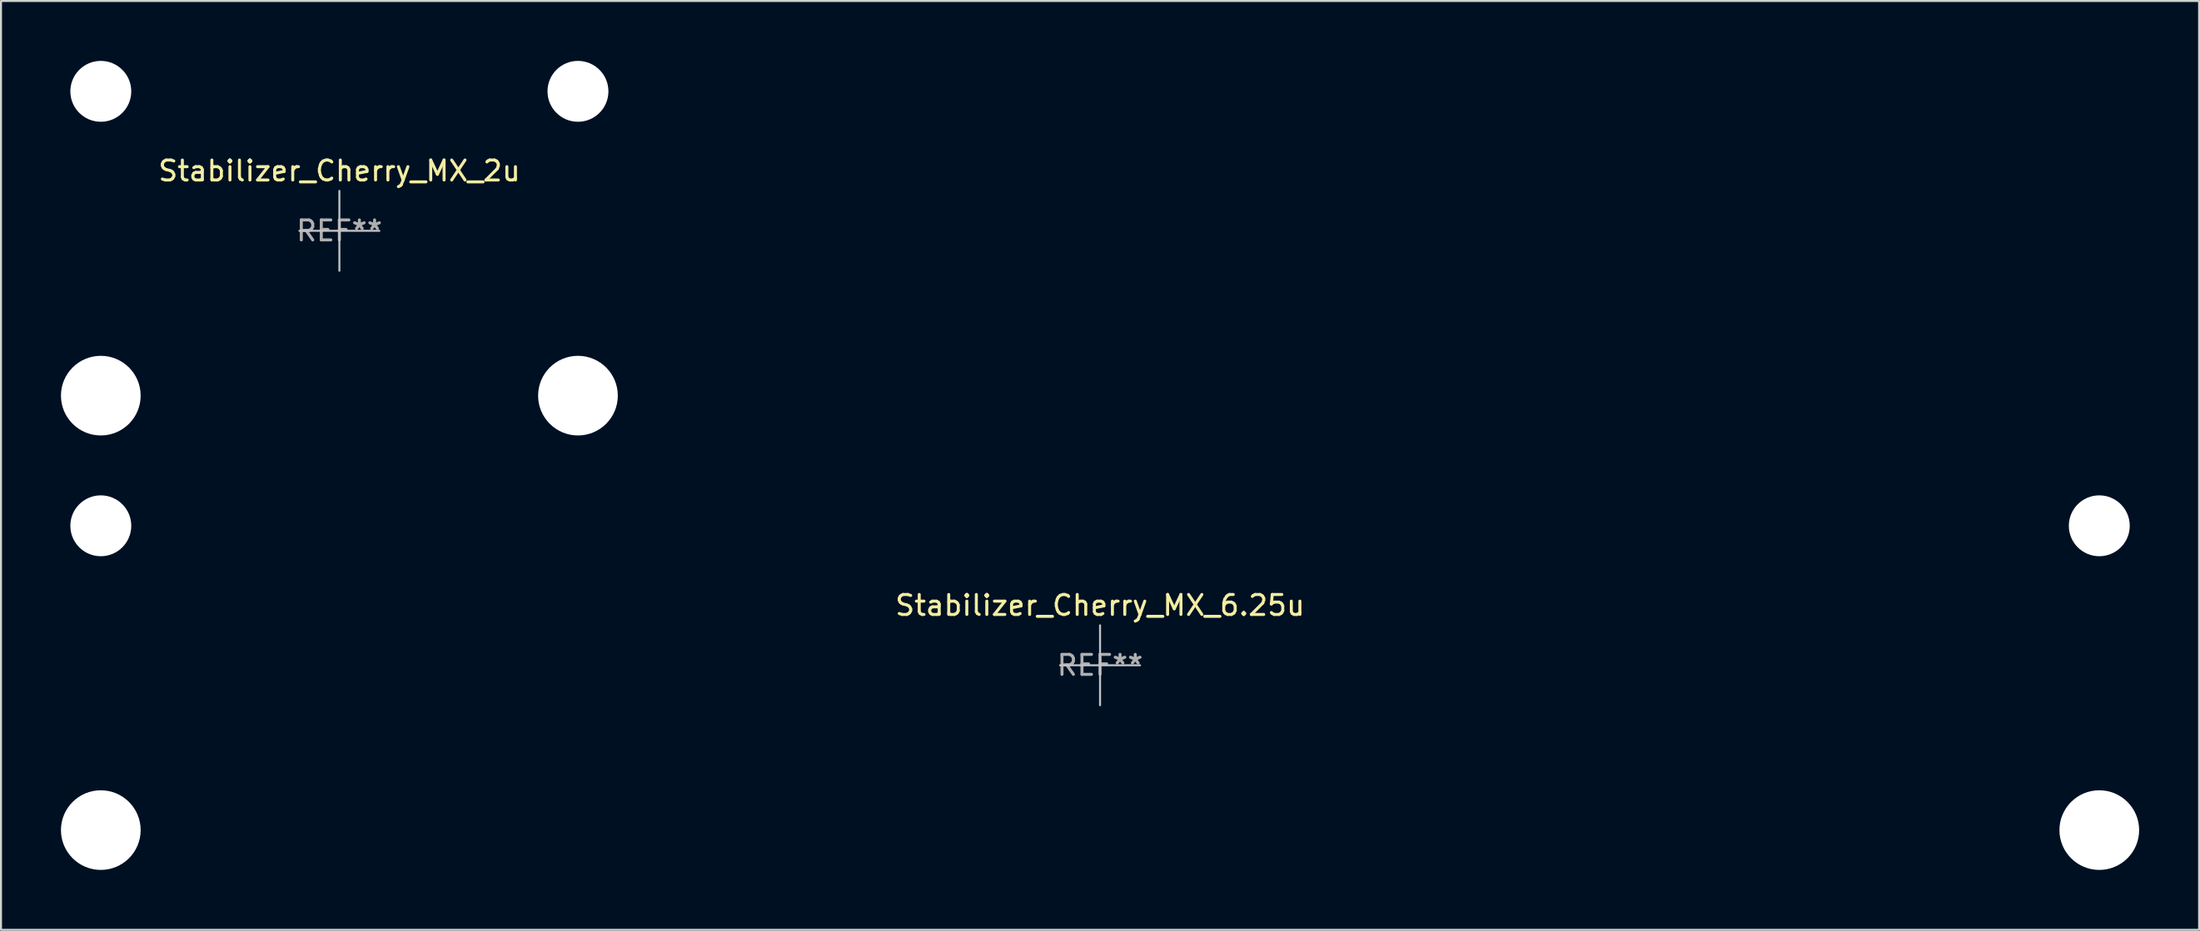
<source format=kicad_pcb>
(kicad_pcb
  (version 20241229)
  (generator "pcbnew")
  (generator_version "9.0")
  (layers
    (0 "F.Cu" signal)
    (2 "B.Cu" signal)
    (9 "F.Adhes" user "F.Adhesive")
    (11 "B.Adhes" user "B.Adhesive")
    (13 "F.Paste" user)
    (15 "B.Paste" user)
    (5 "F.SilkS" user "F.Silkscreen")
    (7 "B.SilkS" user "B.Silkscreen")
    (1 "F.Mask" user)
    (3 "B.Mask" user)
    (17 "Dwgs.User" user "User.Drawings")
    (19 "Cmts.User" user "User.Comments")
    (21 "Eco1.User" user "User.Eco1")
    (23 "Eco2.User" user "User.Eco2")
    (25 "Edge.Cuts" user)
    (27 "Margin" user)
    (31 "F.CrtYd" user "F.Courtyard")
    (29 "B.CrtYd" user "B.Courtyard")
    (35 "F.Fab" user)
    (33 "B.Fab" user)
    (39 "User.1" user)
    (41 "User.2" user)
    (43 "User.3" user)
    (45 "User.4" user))
  (footprint "Stabilizer_Cherry_MX_2u"
    (layer "F.Cu")
    (at 13.932 8.509)
    (property "Reference" "Stabilizer_Cherry_MX_2u" (at 0 -3 0) (layer "F.SilkS") (effects (font (size 1 1) (thickness 0.15))))
    (attr exclude_from_pos_files exclude_from_bom)
    (fp_line (start -2 0) (end 2 0) (stroke (width 0.1) (type solid)) (layer "Dwgs.User"))
    (fp_line (start 0 2) (end 0 -2) (stroke (width 0.1) (type solid)) (layer "Dwgs.User"))
    (fp_text user "REF**" (at 0 0 0) (layer "F.Fab") (effects (font (size 1 1) (thickness 0.15))))
    (pad "" np_thru_hole circle (at -11.938 -6.985) (size 3.048 3.048) (drill 3.048) (layers "*.Cu" "*.Mask"))
    (pad "" np_thru_hole circle (at -11.938 8.255) (size 3.988 3.988) (drill 3.988) (layers "*.Cu" "*.Mask"))
    (pad "" np_thru_hole circle (at 11.938 -6.985) (size 3.048 3.048) (drill 3.048) (layers "*.Cu" "*.Mask"))
    (pad "" np_thru_hole circle (at 11.938 8.255) (size 3.988 3.988) (drill 3.988) (layers "*.Cu" "*.Mask")))
  (footprint "Stabilizer_Cherry_MX_6.25u"
    (layer "F.Cu")
    (at 51.994 30.267)
    (property "Reference" "Stabilizer_Cherry_MX_6.25u" (at 0 -3 0) (layer "F.SilkS") (effects (font (size 1 1) (thickness 0.15))))
    (attr exclude_from_pos_files exclude_from_bom)
    (fp_line (start -2 0) (end 2 0) (stroke (width 0.1) (type solid)) (layer "Dwgs.User"))
    (fp_line (start 0 2) (end 0 -2) (stroke (width 0.1) (type solid)) (layer "Dwgs.User"))
    (fp_text user "REF**" (at 0 0 0) (layer "F.Fab") (effects (font (size 1 1) (thickness 0.15))))
    (pad "" np_thru_hole circle (at -50 -6.985) (size 3.048 3.048) (drill 3.048) (layers "*.Cu" "*.Mask"))
    (pad "" np_thru_hole circle (at -50 8.255) (size 3.988 3.988) (drill 3.988) (layers "*.Cu" "*.Mask"))
    (pad "" np_thru_hole circle (at 50 -6.985) (size 3.048 3.048) (drill 3.048) (layers "*.Cu" "*.Mask"))
    (pad "" np_thru_hole circle (at 50 8.255) (size 3.988 3.988) (drill 3.988) (layers "*.Cu" "*.Mask")))
  (gr_rect
    (start -3 -3)
    (end 106.988 43.516)
    (stroke (width 0.1) (type default))
    (fill no)
    (layer "Edge.Cuts")))
</source>
